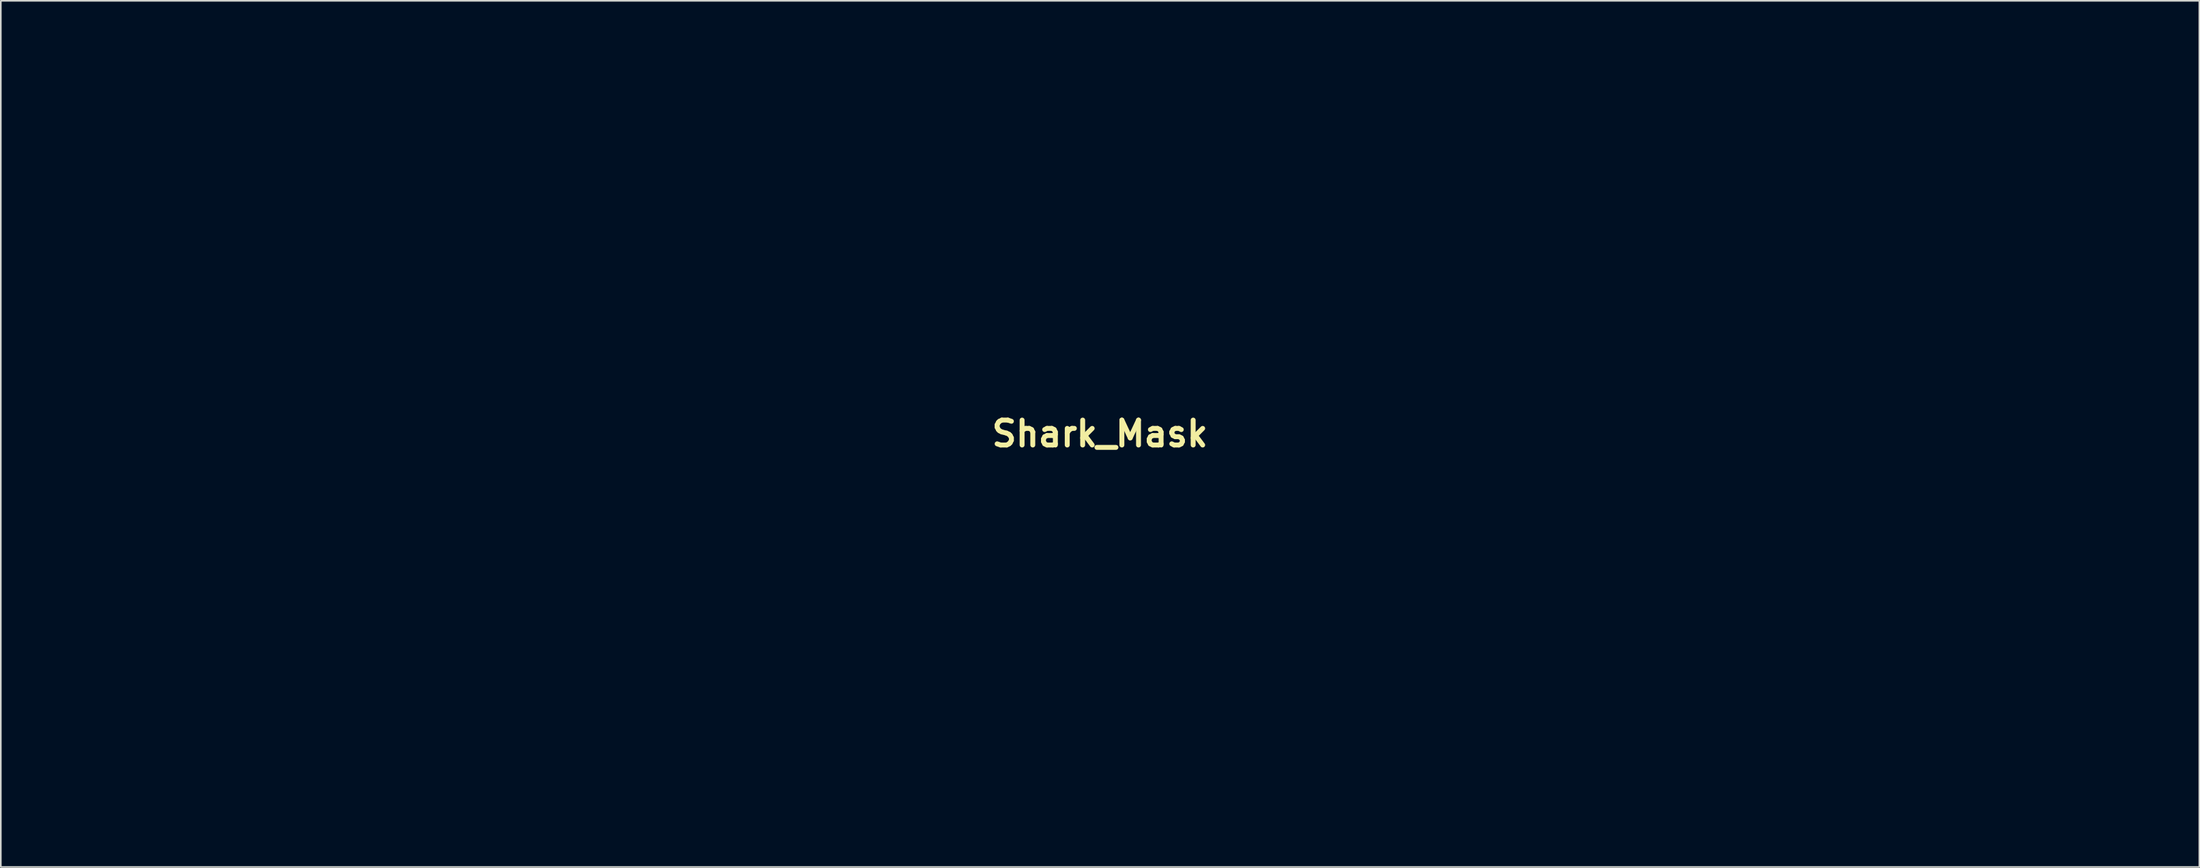
<source format=kicad_pcb>
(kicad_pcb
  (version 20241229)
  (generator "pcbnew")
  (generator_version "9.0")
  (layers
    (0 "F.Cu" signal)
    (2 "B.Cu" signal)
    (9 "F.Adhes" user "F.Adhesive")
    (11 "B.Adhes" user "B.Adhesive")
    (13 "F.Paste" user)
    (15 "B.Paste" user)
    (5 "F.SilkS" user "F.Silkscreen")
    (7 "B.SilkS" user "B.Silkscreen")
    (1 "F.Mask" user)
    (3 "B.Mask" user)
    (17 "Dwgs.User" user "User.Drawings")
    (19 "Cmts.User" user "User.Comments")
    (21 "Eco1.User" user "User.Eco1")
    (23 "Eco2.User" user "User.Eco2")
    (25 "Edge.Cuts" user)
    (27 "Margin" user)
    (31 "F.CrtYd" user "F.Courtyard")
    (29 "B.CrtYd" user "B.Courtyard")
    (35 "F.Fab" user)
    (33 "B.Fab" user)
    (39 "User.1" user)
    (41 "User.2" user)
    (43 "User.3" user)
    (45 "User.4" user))
  (footprint "Shark_Mask"
    (layer "F.Cu")
    (at 64.14 23.458)
    (property "Reference" "Shark_Mask" (at 0 0 0) (layer "F.SilkS") (effects (font (size 1.524 1.524) (thickness 0.3))))
    (attr through_hole)
    (fp_poly (pts (xy 64.156 23.474) (xy -64.135 23.474) (xy -64.135 -4.214) (xy -59.222 -4.214) (xy -59.219 -4.171) (xy -59.211 -4.092) (xy -59.194 -4.019) (xy -59.168 -3.949) (xy -59.127 -3.877) (xy -59.071 -3.8) (xy -58.995 -3.713) (xy -58.897 -3.613) (xy -58.773 -3.496) (xy -58.621 -3.358) (xy -58.526 -3.274) (xy -57.99 -2.823) (xy -57.415 -2.387) (xy -56.804 -1.966) (xy -56.158 -1.562) (xy -55.48 -1.176) (xy -54.77 -0.809) (xy -54.031 -0.461) (xy -53.446 -0.208) (xy -53.174 -0.101) (xy -52.907 -0.005) (xy -52.625 0.085) (xy -52.481 0.127) (xy -52.25 0.191) (xy -52.049 0.241) (xy -51.871 0.277) (xy -51.707 0.3) (xy -51.549 0.313) (xy -51.388 0.316) (xy -51.23 0.312) (xy -51.125 0.307) (xy -51.054 0.307) (xy -51.009 0.311) (xy -50.98 0.321) (xy -50.96 0.337) (xy -50.959 0.339) (xy -50.918 0.374) (xy -50.848 0.427) (xy -50.754 0.493) (xy -50.644 0.567) (xy -50.523 0.646) (xy -50.398 0.724) (xy -50.276 0.798) (xy -50.163 0.864) (xy -50.154 0.869) (xy -49.77 1.07) (xy -49.344 1.267) (xy -48.877 1.46) (xy -48.37 1.647) (xy -47.823 1.83) (xy -47.236 2.008) (xy -46.611 2.181) (xy -45.947 2.348) (xy -45.245 2.51) (xy -45.159 2.529) (xy -44.837 2.598) (xy -44.508 2.667) (xy -44.17 2.735) (xy -43.82 2.802) (xy -43.455 2.871) (xy -43.073 2.94) (xy -42.67 3.011) (xy -42.245 3.084) (xy -41.793 3.159) (xy -41.313 3.237) (xy -40.802 3.319) (xy -40.256 3.404) (xy -39.673 3.494) (xy -39.19 3.568) (xy -38.687 3.644) (xy -38.223 3.715) (xy -37.796 3.781) (xy -37.403 3.841) (xy -37.042 3.897) (xy -36.711 3.949) (xy -36.406 3.997) (xy -36.126 4.042) (xy -35.867 4.084) (xy -35.628 4.124) (xy -35.405 4.161) (xy -35.197 4.197) (xy -35.001 4.232) (xy -34.813 4.266) (xy -34.633 4.299) (xy -34.456 4.333) (xy -34.282 4.367) (xy -34.163 4.391) (xy -33.743 4.478) (xy -33.359 4.566) (xy -33.011 4.654) (xy -32.699 4.743) (xy -32.426 4.831) (xy -32.192 4.919) (xy -31.998 5.006) (xy -31.844 5.092) (xy -31.769 5.145) (xy -31.736 5.179) (xy -31.689 5.241) (xy -31.628 5.333) (xy -31.55 5.455) (xy -31.455 5.612) (xy -31.347 5.794) (xy -30.668 6.919) (xy -29.978 8.007) (xy -29.276 9.057) (xy -28.563 10.069) (xy -27.839 11.043) (xy -27.104 11.979) (xy -26.359 12.876) (xy -25.604 13.734) (xy -24.839 14.553) (xy -24.064 15.332) (xy -23.28 16.071) (xy -22.486 16.77) (xy -21.684 17.428) (xy -20.873 18.046) (xy -20.055 18.622) (xy -19.586 18.931) (xy -19.335 19.09) (xy -19.114 19.225) (xy -18.921 19.338) (xy -18.753 19.428) (xy -18.607 19.498) (xy -18.479 19.548) (xy -18.368 19.581) (xy -18.268 19.597) (xy -18.179 19.598) (xy -18.097 19.585) (xy -18.078 19.58) (xy -17.955 19.523) (xy -17.854 19.436) (xy -17.781 19.323) (xy -17.741 19.194) (xy -17.735 19.119) (xy -17.751 18.972) (xy -17.801 18.827) (xy -17.87 18.703) (xy -17.91 18.633) (xy -17.965 18.53) (xy -18.031 18.397) (xy -18.106 18.24) (xy -18.188 18.065) (xy -18.273 17.876) (xy -18.361 17.678) (xy -18.375 17.647) (xy -18.658 16.979) (xy -18.917 16.33) (xy -19.151 15.702) (xy -19.36 15.096) (xy -19.543 14.514) (xy -19.7 13.957) (xy -19.83 13.427) (xy -19.932 12.926) (xy -19.99 12.573) (xy -20.024 12.296) (xy -20.051 11.987) (xy -20.07 11.655) (xy -20.082 11.308) (xy -20.086 10.957) (xy -20.082 10.611) (xy -20.07 10.278) (xy -20.056 10.051) (xy -20.046 9.927) (xy -20.037 9.814) (xy -20.028 9.71) (xy -20.019 9.608) (xy -20.009 9.504) (xy -19.997 9.393) (xy -19.983 9.27) (xy -19.966 9.13) (xy -19.946 8.969) (xy -19.923 8.781) (xy -19.895 8.563) (xy -19.862 8.308) (xy -19.854 8.244) (xy -19.814 7.928) (xy -19.779 7.65) (xy -19.751 7.406) (xy -19.728 7.19) (xy -19.71 7.001) (xy -19.696 6.832) (xy -19.688 6.681) (xy -19.683 6.543) (xy -19.683 6.414) (xy -19.686 6.289) (xy -19.693 6.165) (xy -19.704 6.038) (xy -19.707 6.001) (xy -19.734 5.772) (xy -19.77 5.578) (xy -19.816 5.411) (xy -19.874 5.263) (xy -19.948 5.128) (xy -19.981 5.078) (xy -20.028 5.003) (xy -20.046 4.959) (xy -20.04 4.943) (xy -19.991 4.927) (xy -19.941 4.914) (xy -19.886 4.903) (xy -19.822 4.893) (xy -19.745 4.885) (xy -19.651 4.878) (xy -19.535 4.871) (xy -19.393 4.865) (xy -19.222 4.859) (xy -19.017 4.853) (xy -18.774 4.847) (xy -18.764 4.846) (xy -18.627 4.843) (xy -18.451 4.837) (xy -18.242 4.831) (xy -18.002 4.823) (xy -17.737 4.814) (xy -17.451 4.805) (xy -17.147 4.794) (xy -16.83 4.783) (xy -16.505 4.772) (xy -16.174 4.76) (xy -15.843 4.749) (xy -15.632 4.741) (xy -15.158 4.724) (xy -14.725 4.708) (xy -14.33 4.694) (xy -13.971 4.681) (xy -13.645 4.67) (xy -13.35 4.66) (xy -13.084 4.651) (xy -12.845 4.644) (xy -12.631 4.637) (xy -12.439 4.631) (xy -12.267 4.627) (xy -12.113 4.623) (xy -11.974 4.62) (xy -11.85 4.617) (xy -11.736 4.616) (xy -11.632 4.615) (xy -11.534 4.614) (xy -11.504 4.614) (xy -11.351 4.613) (xy -11.163 4.608) (xy -10.945 4.6) (xy -10.705 4.59) (xy -10.448 4.578) (xy -10.182 4.565) (xy -9.912 4.55) (xy -9.645 4.534) (xy -9.388 4.518) (xy -9.147 4.501) (xy -8.928 4.484) (xy -8.739 4.468) (xy -8.7 4.464) (xy -8.632 4.46) (xy -8.528 4.454) (xy -8.393 4.449) (xy -8.231 4.443) (xy -8.048 4.438) (xy -7.851 4.432) (xy -7.643 4.428) (xy -7.472 4.424) (xy -7.17 4.418) (xy -6.871 4.411) (xy -6.57 4.403) (xy -6.265 4.393) (xy -5.955 4.382) (xy -5.635 4.37) (xy -5.305 4.356) (xy -4.961 4.34) (xy -4.6 4.323) (xy -4.221 4.303) (xy -3.82 4.282) (xy -3.395 4.258) (xy -2.944 4.231) (xy -2.463 4.203) (xy -1.951 4.171) (xy -1.405 4.137) (xy -0.822 4.1) (xy -0.2 4.06) (xy -0.095 4.053) (xy 0.191 4.034) (xy 0.476 4.016) (xy 0.756 3.998) (xy 1.027 3.98) (xy 1.283 3.963) (xy 1.52 3.948) (xy 1.735 3.934) (xy 1.922 3.922) (xy 2.077 3.912) (xy 2.195 3.905) (xy 2.223 3.903) (xy 2.762 3.868) (xy 3.598 4.305) (xy 3.804 4.412) (xy 4.034 4.531) (xy 4.284 4.659) (xy 4.551 4.795) (xy 4.829 4.936) (xy 5.117 5.082) (xy 5.409 5.229) (xy 5.702 5.376) (xy 5.992 5.521) (xy 6.275 5.662) (xy 6.547 5.798) (xy 6.805 5.925) (xy 7.044 6.043) (xy 7.261 6.149) (xy 7.452 6.242) (xy 7.613 6.319) (xy 7.736 6.377) (xy 8.03 6.511) (xy 8.288 6.627) (xy 8.516 6.726) (xy 8.715 6.807) (xy 8.89 6.872) (xy 9.044 6.921) (xy 9.18 6.956) (xy 9.301 6.976) (xy 9.41 6.983) (xy 9.511 6.978) (xy 9.608 6.961) (xy 9.702 6.932) (xy 9.799 6.893) (xy 9.874 6.858) (xy 9.954 6.813) (xy 10.064 6.742) (xy 10.205 6.646) (xy 10.374 6.525) (xy 10.571 6.381) (xy 10.794 6.214) (xy 11.042 6.026) (xy 11.313 5.817) (xy 11.579 5.61) (xy 12.009 5.271) (xy 12.404 4.955) (xy 12.764 4.66) (xy 13.09 4.387) (xy 13.381 4.134) (xy 13.64 3.903) (xy 13.865 3.691) (xy 14.057 3.499) (xy 14.217 3.327) (xy 14.346 3.174) (xy 14.443 3.039) (xy 14.499 2.942) (xy 14.526 2.882) (xy 14.556 2.802) (xy 14.585 2.716) (xy 14.609 2.635) (xy 14.623 2.574) (xy 14.626 2.551) (xy 14.61 2.525) (xy 14.566 2.483) (xy 14.503 2.431) (xy 14.43 2.375) (xy 14.353 2.321) (xy 14.282 2.276) (xy 14.263 2.265) (xy 14.153 2.205) (xy 14.247 2.193) (xy 14.337 2.182) (xy 14.463 2.17) (xy 14.621 2.156) (xy 14.805 2.141) (xy 15.009 2.125) (xy 15.228 2.109) (xy 15.457 2.093) (xy 15.69 2.077) (xy 15.921 2.062) (xy 16.129 2.05) (xy 16.28 2.042) (xy 16.461 2.036) (xy 16.667 2.031) (xy 16.893 2.027) (xy 17.132 2.024) (xy 17.38 2.023) (xy 17.629 2.022) (xy 17.875 2.023) (xy 18.112 2.025) (xy 18.334 2.028) (xy 18.535 2.032) (xy 18.711 2.037) (xy 18.854 2.043) (xy 18.944 2.049) (xy 19.099 2.063) (xy 19.249 2.079) (xy 19.398 2.097) (xy 19.549 2.119) (xy 19.706 2.144) (xy 19.872 2.175) (xy 20.05 2.21) (xy 20.244 2.252) (xy 20.458 2.3) (xy 20.694 2.356) (xy 20.956 2.42) (xy 21.247 2.493) (xy 21.571 2.576) (xy 21.932 2.669) (xy 22.077 2.706) (xy 22.481 2.811) (xy 22.847 2.904) (xy 23.179 2.987) (xy 23.479 3.059) (xy 23.749 3.122) (xy 23.993 3.176) (xy 24.214 3.221) (xy 24.415 3.259) (xy 24.598 3.29) (xy 24.767 3.314) (xy 24.924 3.331) (xy 25.072 3.344) (xy 25.214 3.351) (xy 25.353 3.354) (xy 25.368 3.354) (xy 25.509 3.354) (xy 25.619 3.352) (xy 25.706 3.347) (xy 25.781 3.339) (xy 25.855 3.326) (xy 25.937 3.307) (xy 25.993 3.294) (xy 26.088 3.269) (xy 26.167 3.249) (xy 26.221 3.234) (xy 26.243 3.227) (xy 26.242 3.205) (xy 26.234 3.151) (xy 26.222 3.071) (xy 26.206 2.981) (xy 26.177 2.817) (xy 26.155 2.687) (xy 26.141 2.584) (xy 26.133 2.502) (xy 26.132 2.434) (xy 26.136 2.373) (xy 26.145 2.311) (xy 26.153 2.269) (xy 26.225 2.011) (xy 26.334 1.752) (xy 26.476 1.503) (xy 26.642 1.277) (xy 26.831 1.071) (xy 27.044 0.882) (xy 27.286 0.705) (xy 27.563 0.538) (xy 27.748 0.439) (xy 27.859 0.381) (xy 27.966 0.322) (xy 28.058 0.268) (xy 28.126 0.224) (xy 28.141 0.213) (xy 28.193 0.171) (xy 28.27 0.105) (xy 28.364 0.021) (xy 28.469 -0.075) (xy 28.58 -0.177) (xy 28.689 -0.279) (xy 28.791 -0.376) (xy 28.879 -0.461) (xy 28.943 -0.525) (xy 29.046 -0.631) (xy 28.925 -0.658) (xy 28.862 -0.675) (xy 28.831 -0.691) (xy 28.833 -0.7) (xy 28.868 -0.709) (xy 28.941 -0.722) (xy 29.049 -0.737) (xy 29.189 -0.755) (xy 29.355 -0.774) (xy 29.546 -0.796) (xy 29.757 -0.818) (xy 29.984 -0.842) (xy 30.224 -0.866) (xy 30.474 -0.891) (xy 30.728 -0.915) (xy 30.985 -0.939) (xy 31.24 -0.962) (xy 31.489 -0.984) (xy 31.729 -1.005) (xy 31.956 -1.024) (xy 32.166 -1.04) (xy 32.356 -1.055) (xy 32.522 -1.066) (xy 32.661 -1.074) (xy 32.768 -1.078) (xy 32.819 -1.079) (xy 32.965 -1.073) (xy 33.101 -1.055) (xy 33.232 -1.022) (xy 33.363 -0.971) (xy 33.501 -0.9) (xy 33.65 -0.807) (xy 33.815 -0.688) (xy 34.003 -0.541) (xy 34.047 -0.506) (xy 34.097 -0.465) (xy 34.146 -0.425) (xy 34.194 -0.385) (xy 34.245 -0.342) (xy 34.301 -0.295) (xy 34.364 -0.242) (xy 34.436 -0.179) (xy 34.519 -0.107) (xy 34.617 -0.021) (xy 34.731 0.079) (xy 34.864 0.196) (xy 35.017 0.331) (xy 35.194 0.487) (xy 35.397 0.666) (xy 35.628 0.87) (xy 35.782 1.006) (xy 36.148 1.329) (xy 36.484 1.624) (xy 36.794 1.894) (xy 37.08 2.141) (xy 37.344 2.366) (xy 37.587 2.572) (xy 37.814 2.761) (xy 38.024 2.933) (xy 38.222 3.092) (xy 38.409 3.239) (xy 38.587 3.375) (xy 38.758 3.503) (xy 38.926 3.624) (xy 39.061 3.72) (xy 39.217 3.827) (xy 39.367 3.928) (xy 39.515 4.023) (xy 39.669 4.118) (xy 39.832 4.215) (xy 40.01 4.317) (xy 40.209 4.428) (xy 40.434 4.55) (xy 40.691 4.686) (xy 40.756 4.721) (xy 41.036 4.869) (xy 41.283 4.998) (xy 41.501 5.11) (xy 41.693 5.208) (xy 41.863 5.291) (xy 42.016 5.364) (xy 42.155 5.426) (xy 42.284 5.48) (xy 42.408 5.528) (xy 42.529 5.571) (xy 42.653 5.61) (xy 42.782 5.649) (xy 42.921 5.688) (xy 42.974 5.703) (xy 43.393 5.807) (xy 43.804 5.891) (xy 44.201 5.954) (xy 44.574 5.993) (xy 44.762 6.005) (xy 45.064 6.018) (xy 45.196 5.95) (xy 45.271 5.91) (xy 45.337 5.872) (xy 45.378 5.845) (xy 45.427 5.808) (xy 45.372 5.491) (xy 45.352 5.374) (xy 45.332 5.269) (xy 45.313 5.172) (xy 45.291 5.081) (xy 45.267 4.993) (xy 45.237 4.905) (xy 45.202 4.814) (xy 45.159 4.718) (xy 45.107 4.614) (xy 45.045 4.499) (xy 44.971 4.369) (xy 44.883 4.223) (xy 44.781 4.057) (xy 44.662 3.869) (xy 44.526 3.656) (xy 44.37 3.414) (xy 44.194 3.141) (xy 44.072 2.953) (xy 43.883 2.659) (xy 43.715 2.398) (xy 43.566 2.166) (xy 43.435 1.959) (xy 43.319 1.775) (xy 43.216 1.61) (xy 43.125 1.462) (xy 43.044 1.326) (xy 42.97 1.199) (xy 42.902 1.079) (xy 42.837 0.962) (xy 42.774 0.846) (xy 42.711 0.726) (xy 42.703 0.709) (xy 42.619 0.546) (xy 42.553 0.412) (xy 42.502 0.301) (xy 42.463 0.204) (xy 42.432 0.115) (xy 42.407 0.026) (xy 42.407 0.025) (xy 42.393 -0.035) (xy 42.391 -0.086) (xy 42.403 -0.134) (xy 42.434 -0.185) (xy 42.487 -0.247) (xy 42.565 -0.326) (xy 42.631 -0.389) (xy 42.799 -0.539) (xy 43.003 -0.705) (xy 43.242 -0.886) (xy 43.513 -1.08) (xy 43.815 -1.286) (xy 44.144 -1.503) (xy 44.499 -1.73) (xy 44.878 -1.965) (xy 45.278 -2.208) (xy 45.698 -2.456) (xy 46.135 -2.71) (xy 46.586 -2.967) (xy 47.051 -3.227) (xy 47.527 -3.488) (xy 48.011 -3.748) (xy 48.501 -4.008) (xy 48.996 -4.265) (xy 49.492 -4.518) (xy 49.989 -4.767) (xy 50.484 -5.009) (xy 50.974 -5.244) (xy 51.458 -5.47) (xy 51.933 -5.687) (xy 52.141 -5.78) (xy 52.27 -5.838) (xy 52.389 -5.893) (xy 52.493 -5.942) (xy 52.574 -5.982) (xy 52.626 -6.01) (xy 52.634 -6.015) (xy 52.688 -6.064) (xy 52.753 -6.141) (xy 52.823 -6.238) (xy 52.89 -6.345) (xy 52.937 -6.433) (xy 52.96 -6.479) (xy 52.972 -6.518) (xy 52.974 -6.56) (xy 52.967 -6.619) (xy 52.951 -6.707) (xy 52.937 -6.789) (xy 52.928 -6.854) (xy 52.926 -6.891) (xy 52.927 -6.896) (xy 52.951 -6.894) (xy 53.015 -6.879) (xy 53.116 -6.852) (xy 53.253 -6.812) (xy 53.425 -6.76) (xy 53.63 -6.696) (xy 53.868 -6.621) (xy 54.136 -6.536) (xy 54.208 -6.513) (xy 54.448 -6.436) (xy 54.652 -6.373) (xy 54.826 -6.324) (xy 54.974 -6.292) (xy 55.101 -6.278) (xy 55.213 -6.284) (xy 55.313 -6.31) (xy 55.408 -6.36) (xy 55.502 -6.433) (xy 55.601 -6.533) (xy 55.708 -6.659) (xy 55.83 -6.815) (xy 55.971 -7.001) (xy 56.03 -7.08) (xy 56.202 -7.307) (xy 56.353 -7.504) (xy 56.488 -7.676) (xy 56.611 -7.829) (xy 56.726 -7.968) (xy 56.838 -8.097) (xy 56.95 -8.221) (xy 57.067 -8.347) (xy 57.193 -8.477) (xy 57.253 -8.538) (xy 57.582 -8.851) (xy 57.932 -9.141) (xy 58.294 -9.403) (xy 58.593 -9.591) (xy 58.675 -9.655) (xy 58.752 -9.744) (xy 58.765 -9.763) (xy 58.807 -9.83) (xy 58.828 -9.88) (xy 58.834 -9.928) (xy 58.83 -9.983) (xy 58.811 -10.064) (xy 58.78 -10.132) (xy 58.771 -10.145) (xy 58.725 -10.203) (xy 58.632 -10.134) (xy 58.582 -10.099) (xy 58.56 -10.091) (xy 58.566 -10.111) (xy 58.598 -10.162) (xy 58.615 -10.186) (xy 58.64 -10.232) (xy 58.637 -10.267) (xy 58.601 -10.298) (xy 58.535 -10.33) (xy 58.418 -10.368) (xy 58.263 -10.398) (xy 58.07 -10.422) (xy 57.842 -10.438) (xy 57.582 -10.448) (xy 57.293 -10.451) (xy 56.975 -10.447) (xy 56.632 -10.436) (xy 56.266 -10.418) (xy 55.879 -10.394) (xy 55.475 -10.363) (xy 55.054 -10.325) (xy 54.683 -10.287) (xy 54.096 -10.22) (xy 53.469 -10.141) (xy 52.803 -10.05) (xy 52.101 -9.948) (xy 51.363 -9.834) (xy 50.59 -9.709) (xy 49.784 -9.573) (xy 48.946 -9.426) (xy 48.076 -9.269) (xy 47.177 -9.101) (xy 46.249 -8.923) (xy 45.293 -8.736) (xy 44.311 -8.538) (xy 43.304 -8.332) (xy 42.273 -8.116) (xy 41.219 -7.89) (xy 40.619 -7.76) (xy 40.285 -7.687) (xy 39.929 -7.609) (xy 39.553 -7.525) (xy 39.162 -7.438) (xy 38.758 -7.348) (xy 38.344 -7.255) (xy 37.925 -7.16) (xy 37.504 -7.064) (xy 37.083 -6.968) (xy 36.666 -6.873) (xy 36.257 -6.779) (xy 35.859 -6.687) (xy 35.474 -6.598) (xy 35.108 -6.513) (xy 34.762 -6.432) (xy 34.44 -6.357) (xy 34.145 -6.287) (xy 33.882 -6.224) (xy 33.652 -6.168) (xy 33.46 -6.121) (xy 33.433 -6.114) (xy 32.988 -6.002) (xy 31.898 -6.003) (xy 31.668 -6.004) (xy 31.434 -6.005) (xy 31.204 -6.008) (xy 30.984 -6.011) (xy 30.781 -6.015) (xy 30.601 -6.02) (xy 30.45 -6.025) (xy 30.342 -6.029) (xy 30 -6.049) (xy 29.684 -6.071) (xy 29.395 -6.094) (xy 29.135 -6.117) (xy 28.908 -6.142) (xy 28.714 -6.167) (xy 28.556 -6.192) (xy 28.436 -6.217) (xy 28.356 -6.243) (xy 28.354 -6.243) (xy 28.216 -6.314) (xy 28.069 -6.413) (xy 27.91 -6.542) (xy 27.735 -6.704) (xy 27.7 -6.738) (xy 27.604 -6.836) (xy 27.507 -6.936) (xy 27.409 -7.042) (xy 27.305 -7.157) (xy 27.196 -7.283) (xy 27.077 -7.422) (xy 26.947 -7.578) (xy 26.804 -7.753) (xy 26.646 -7.95) (xy 26.47 -8.172) (xy 26.274 -8.42) (xy 26.055 -8.698) (xy 25.93 -8.858) (xy 25.705 -9.146) (xy 25.503 -9.401) (xy 25.323 -9.626) (xy 25.162 -9.824) (xy 25.02 -9.995) (xy 24.893 -10.143) (xy 24.781 -10.268) (xy 24.682 -10.374) (xy 24.593 -10.461) (xy 24.512 -10.532) (xy 24.439 -10.59) (xy 24.371 -10.635) (xy 24.306 -10.67) (xy 24.242 -10.697) (xy 24.222 -10.704) (xy 24.168 -10.719) (xy 24.104 -10.727) (xy 24.022 -10.73) (xy 23.911 -10.727) (xy 23.857 -10.725) (xy 23.663 -10.709) (xy 23.476 -10.678) (xy 23.288 -10.63) (xy 23.091 -10.562) (xy 22.876 -10.471) (xy 22.669 -10.372) (xy 22.571 -10.323) (xy 22.48 -10.276) (xy 22.391 -10.23) (xy 22.303 -10.181) (xy 22.212 -10.129) (xy 22.115 -10.071) (xy 22.008 -10.006) (xy 21.889 -9.931) (xy 21.753 -9.844) (xy 21.599 -9.743) (xy 21.423 -9.627) (xy 21.221 -9.494) (xy 20.991 -9.34) (xy 20.729 -9.165) (xy 20.712 -9.154) (xy 20.401 -8.947) (xy 20.123 -8.764) (xy 19.872 -8.602) (xy 19.647 -8.459) (xy 19.443 -8.335) (xy 19.259 -8.226) (xy 19.091 -8.131) (xy 18.936 -8.049) (xy 18.79 -7.978) (xy 18.652 -7.916) (xy 18.517 -7.862) (xy 18.383 -7.813) (xy 18.32 -7.791) (xy 18.217 -7.758) (xy 18.125 -7.73) (xy 18.038 -7.708) (xy 17.952 -7.692) (xy 17.861 -7.681) (xy 17.76 -7.674) (xy 17.644 -7.673) (xy 17.508 -7.675) (xy 17.347 -7.682) (xy 17.157 -7.692) (xy 16.932 -7.706) (xy 16.817 -7.713) (xy 15.653 -7.794) (xy 14.507 -7.885) (xy 13.369 -7.987) (xy 12.23 -8.101) (xy 11.08 -8.227) (xy 9.91 -8.367) (xy 8.711 -8.522) (xy 8.636 -8.532) (xy 8.499 -8.55) (xy 8.324 -8.574) (xy 8.117 -8.603) (xy 7.88 -8.636) (xy 7.619 -8.673) (xy 7.338 -8.712) (xy 7.041 -8.754) (xy 6.732 -8.798) (xy 6.417 -8.843) (xy 6.098 -8.889) (xy 5.782 -8.934) (xy 5.715 -8.943) (xy 5.204 -9.017) (xy 4.732 -9.084) (xy 4.295 -9.147) (xy 3.892 -9.204) (xy 3.518 -9.257) (xy 3.171 -9.306) (xy 2.848 -9.351) (xy 2.545 -9.392) (xy 2.26 -9.431) (xy 1.99 -9.467) (xy 1.731 -9.501) (xy 1.481 -9.534) (xy 1.237 -9.565) (xy 0.995 -9.595) (xy 0.753 -9.624) (xy 0.507 -9.653) (xy 0.255 -9.683) (xy -0.007 -9.713) (xy -0.281 -9.744) (xy -0.571 -9.777) (xy -0.879 -9.811) (xy -1.058 -9.831) (xy -1.371 -9.866) (xy -1.646 -9.897) (xy -1.887 -9.924) (xy -2.097 -9.949) (xy -2.28 -9.972) (xy -2.441 -9.993) (xy -2.584 -10.013) (xy -2.711 -10.033) (xy -2.827 -10.053) (xy -2.936 -10.074) (xy -3.042 -10.097) (xy -3.149 -10.122) (xy -3.26 -10.15) (xy -3.38 -10.182) (xy -3.511 -10.217) (xy -3.588 -10.238) (xy -3.865 -10.317) (xy -4.106 -10.392) (xy -4.314 -10.466) (xy -4.494 -10.54) (xy -4.652 -10.617) (xy -4.791 -10.698) (xy -4.911 -10.78) (xy -5.156 -10.981) (xy -5.363 -11.193) (xy -5.534 -11.421) (xy -5.672 -11.668) (xy -5.78 -11.94) (xy -5.86 -12.239) (xy -5.895 -12.429) (xy -5.921 -12.638) (xy -5.937 -12.883) (xy -5.944 -13.155) (xy -5.942 -13.449) (xy -5.932 -13.758) (xy -5.913 -14.075) (xy -5.885 -14.394) (xy -5.872 -14.51) (xy -5.838 -14.789) (xy -5.796 -15.095) (xy -5.748 -15.417) (xy -5.694 -15.747) (xy -5.637 -16.077) (xy -5.578 -16.397) (xy -5.518 -16.699) (xy -5.46 -16.974) (xy -5.419 -17.153) (xy -5.384 -17.354) (xy -5.371 -17.578) (xy -5.377 -17.814) (xy -5.402 -18.05) (xy -5.444 -18.276) (xy -5.502 -18.482) (xy -5.557 -18.617) (xy -5.603 -18.705) (xy -5.65 -18.769) (xy -5.713 -18.828) (xy -5.761 -18.865) (xy -5.947 -18.985) (xy -6.162 -19.096) (xy -6.394 -19.191) (xy -6.631 -19.265) (xy -6.816 -19.306) (xy -6.94 -19.322) (xy -7.094 -19.331) (xy -7.265 -19.333) (xy -7.439 -19.329) (xy -7.604 -19.319) (xy -7.748 -19.303) (xy -7.789 -19.296) (xy -8.091 -19.233) (xy -8.402 -19.149) (xy -8.724 -19.044) (xy -9.058 -18.917) (xy -9.407 -18.766) (xy -9.773 -18.591) (xy -10.158 -18.391) (xy -10.563 -18.165) (xy -10.991 -17.912) (xy -11.443 -17.631) (xy -11.921 -17.321) (xy -12.171 -17.155) (xy -12.658 -16.824) (xy -13.166 -16.469) (xy -13.696 -16.088) (xy -14.25 -15.682) (xy -14.827 -15.25) (xy -15.429 -14.791) (xy -16.057 -14.304) (xy -16.71 -13.79) (xy -17.39 -13.248) (xy -18.097 -12.677) (xy -18.833 -12.076) (xy -19.267 -11.718) (xy -19.483 -11.54) (xy -19.671 -11.387) (xy -19.833 -11.256) (xy -19.972 -11.145) (xy -20.094 -11.051) (xy -20.2 -10.972) (xy -20.294 -10.906) (xy -20.38 -10.851) (xy -20.461 -10.803) (xy -20.54 -10.76) (xy -20.621 -10.72) (xy -20.708 -10.68) (xy -20.74 -10.666) (xy -20.944 -10.576) (xy -22.225 -10.475) (xy -24.418 -10.296) (xy -26.578 -10.104) (xy -28.703 -9.901) (xy -30.794 -9.686) (xy -32.849 -9.459) (xy -34.868 -9.22) (xy -36.851 -8.97) (xy -38.797 -8.708) (xy -40.706 -8.435) (xy -42.576 -8.151) (xy -44.409 -7.855) (xy -46.202 -7.547) (xy -47.955 -7.229) (xy -49.669 -6.899) (xy -50.567 -6.719) (xy -51.262 -6.575) (xy -51.951 -6.429) (xy -52.632 -6.281) (xy -53.302 -6.132) (xy -53.957 -5.982) (xy -54.596 -5.832) (xy -55.216 -5.683) (xy -55.813 -5.535) (xy -56.384 -5.39) (xy -56.927 -5.248) (xy -57.44 -5.109) (xy -57.918 -4.975) (xy -58.359 -4.845) (xy -58.674 -4.749) (xy -58.816 -4.702) (xy -58.925 -4.66) (xy -59.006 -4.618) (xy -59.068 -4.571) (xy -59.117 -4.514) (xy -59.161 -4.443) (xy -59.176 -4.414) (xy -59.206 -4.347) (xy -59.22 -4.287) (xy -59.222 -4.214) (xy -64.135 -4.214) (xy -64.135 -23.453) (xy 64.156 -23.453) (xy 64.156 23.474)) (stroke (width 0.01) (type solid)) (fill yes) (layer "F.Mask")))
  (gr_rect
    (start -3 -3)
    (end 131.301 49.937)
    (stroke (width 0.1) (type default))
    (fill no)
    (layer "Edge.Cuts")))
</source>
